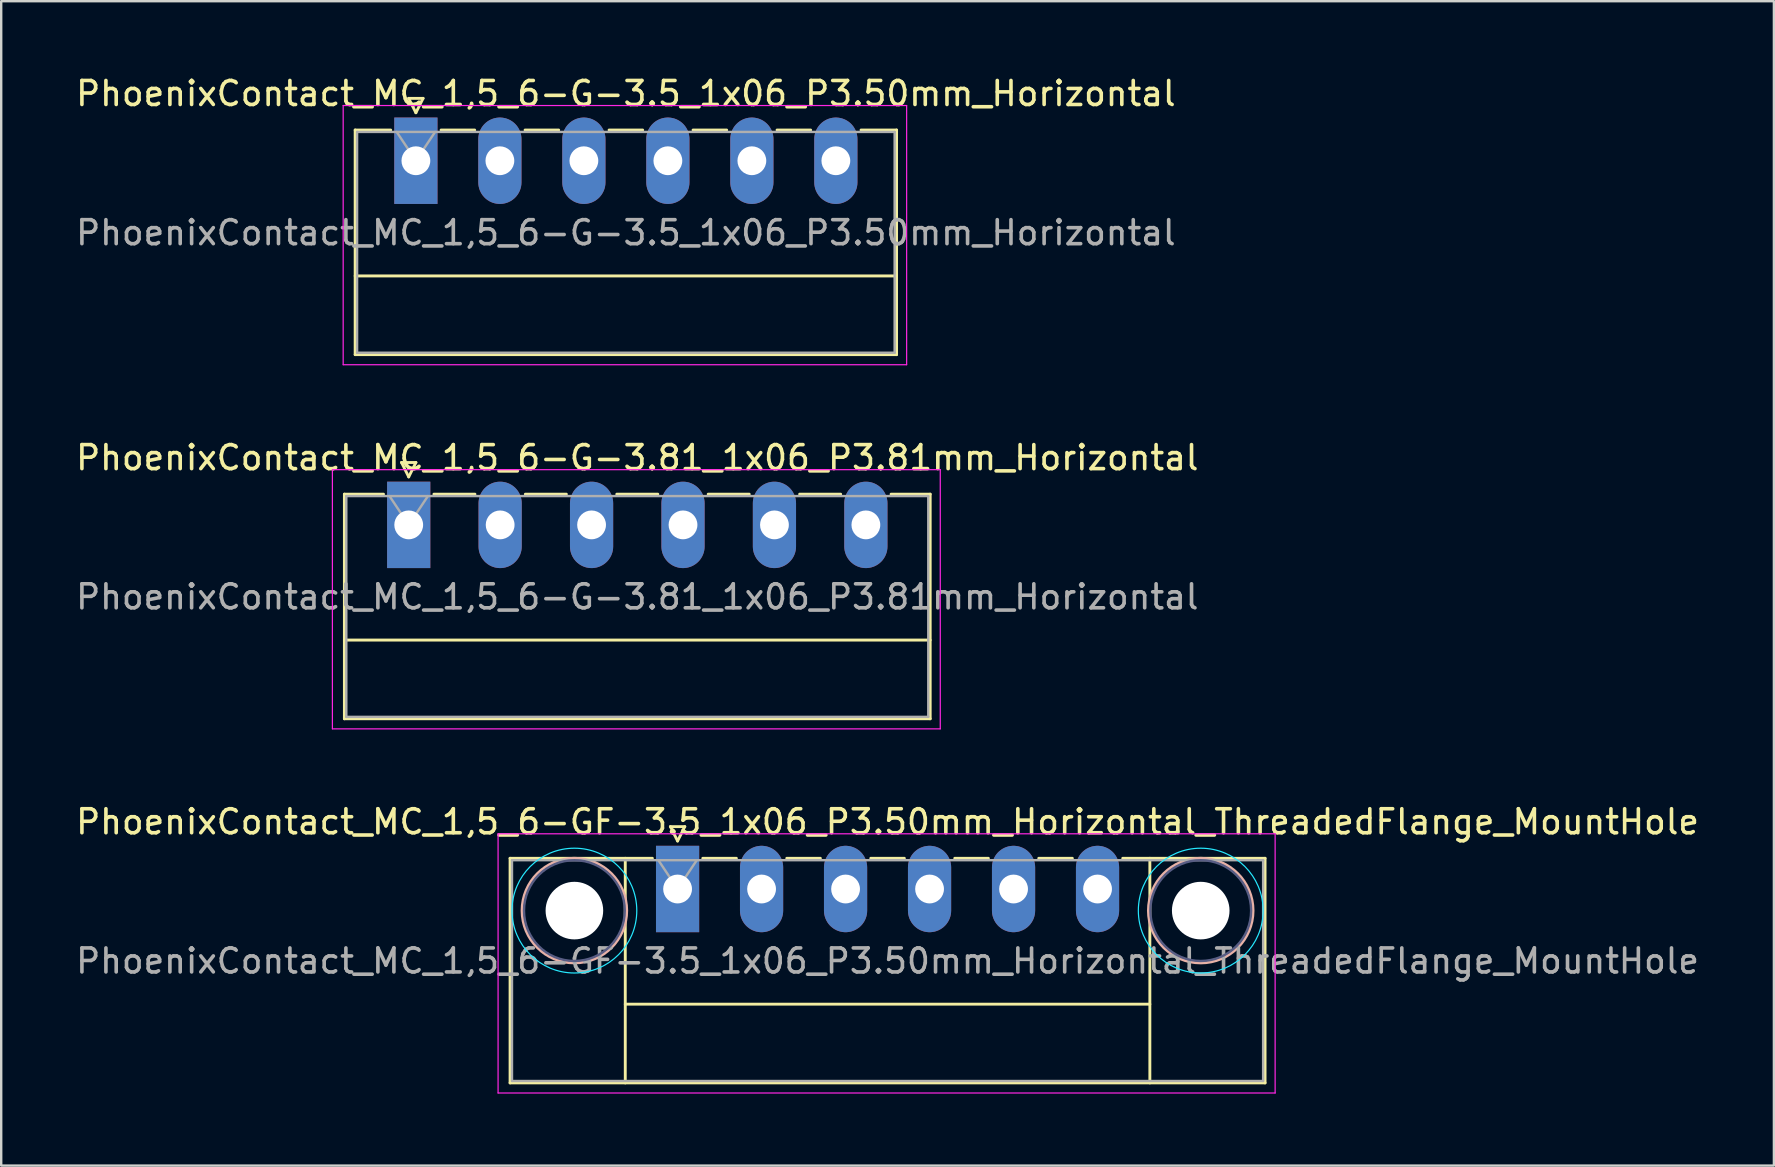
<source format=kicad_pcb>
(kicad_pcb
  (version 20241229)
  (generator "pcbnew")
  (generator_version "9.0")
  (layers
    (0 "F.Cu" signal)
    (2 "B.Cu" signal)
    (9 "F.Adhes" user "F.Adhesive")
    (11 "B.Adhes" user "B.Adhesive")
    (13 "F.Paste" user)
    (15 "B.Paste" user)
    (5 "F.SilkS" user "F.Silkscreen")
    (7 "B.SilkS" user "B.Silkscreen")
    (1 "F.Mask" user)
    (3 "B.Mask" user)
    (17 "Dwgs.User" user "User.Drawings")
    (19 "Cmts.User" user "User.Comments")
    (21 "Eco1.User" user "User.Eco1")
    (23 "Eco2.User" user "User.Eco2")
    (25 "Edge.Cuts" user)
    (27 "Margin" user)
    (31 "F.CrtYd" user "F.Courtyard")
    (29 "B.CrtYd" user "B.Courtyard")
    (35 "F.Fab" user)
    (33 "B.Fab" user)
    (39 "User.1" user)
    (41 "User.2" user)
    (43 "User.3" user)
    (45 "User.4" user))
  (footprint "PhoenixContact_MC_1,5_6-G-3.5_1x06_P3.50mm_Horizontal"
    (layer "F.Cu")
    (at 14.28 3.648)
    (property "Reference" "PhoenixContact_MC_1,5_6-G-3.5_1x06_P3.50mm_Horizontal" (at 8.75 -2.8 0) (layer "F.SilkS") (effects (font (size 1 1) (thickness 0.15))))
    (attr through_hole)
    (fp_line (start -2.53 -1.28) (end -2.53 8.08) (stroke (width 0.12) (type solid)) (layer "F.SilkS"))
    (fp_line (start -2.53 -1.28) (end -1.05 -1.28) (stroke (width 0.12) (type solid)) (layer "F.SilkS"))
    (fp_line (start -2.53 4.8) (end 20.03 4.8) (stroke (width 0.12) (type solid)) (layer "F.SilkS"))
    (fp_line (start -2.53 8.08) (end 20.03 8.08) (stroke (width 0.12) (type solid)) (layer "F.SilkS"))
    (fp_line (start -0.3 -2.6) (end 0.3 -2.6) (stroke (width 0.12) (type solid)) (layer "F.SilkS"))
    (fp_line (start 0 -2) (end -0.3 -2.6) (stroke (width 0.12) (type solid)) (layer "F.SilkS"))
    (fp_line (start 0.3 -2.6) (end 0 -2) (stroke (width 0.12) (type solid)) (layer "F.SilkS"))
    (fp_line (start 1.05 -1.28) (end 2.45 -1.28) (stroke (width 0.12) (type solid)) (layer "F.SilkS"))
    (fp_line (start 4.55 -1.28) (end 5.95 -1.28) (stroke (width 0.12) (type solid)) (layer "F.SilkS"))
    (fp_line (start 8.05 -1.28) (end 9.45 -1.28) (stroke (width 0.12) (type solid)) (layer "F.SilkS"))
    (fp_line (start 11.55 -1.28) (end 12.95 -1.28) (stroke (width 0.12) (type solid)) (layer "F.SilkS"))
    (fp_line (start 15.05 -1.28) (end 16.45 -1.28) (stroke (width 0.12) (type solid)) (layer "F.SilkS"))
    (fp_line (start 20.03 -1.28) (end 18.55 -1.28) (stroke (width 0.12) (type solid)) (layer "F.SilkS"))
    (fp_line (start 20.03 8.08) (end 20.03 -1.28) (stroke (width 0.12) (type solid)) (layer "F.SilkS"))
    (fp_line (start -3.03 -2.3) (end -3.03 8.5) (stroke (width 0.05) (type solid)) (layer "F.CrtYd"))
    (fp_line (start -3.03 8.5) (end 20.45 8.5) (stroke (width 0.05) (type solid)) (layer "F.CrtYd"))
    (fp_line (start 20.45 -2.3) (end -3.03 -2.3) (stroke (width 0.05) (type solid)) (layer "F.CrtYd"))
    (fp_line (start 20.45 8.5) (end 20.45 -2.3) (stroke (width 0.05) (type solid)) (layer "F.CrtYd"))
    (fp_line (start -2.45 -1.2) (end -2.45 8) (stroke (width 0.1) (type solid)) (layer "F.Fab"))
    (fp_line (start -2.45 8) (end 19.95 8) (stroke (width 0.1) (type solid)) (layer "F.Fab"))
    (fp_line (start 0 0) (end -0.8 -1.2) (stroke (width 0.1) (type solid)) (layer "F.Fab"))
    (fp_line (start 0.8 -1.2) (end 0 0) (stroke (width 0.1) (type solid)) (layer "F.Fab"))
    (fp_line (start 19.95 -1.2) (end -2.45 -1.2) (stroke (width 0.1) (type solid)) (layer "F.Fab"))
    (fp_line (start 19.95 8) (end 19.95 -1.2) (stroke (width 0.1) (type solid)) (layer "F.Fab"))
    (fp_text user "${REFERENCE}" (at 8.75 3 0) (layer "F.Fab") (effects (font (size 1 1) (thickness 0.15))))
    (pad "1" thru_hole rect (at 0 0) (size 1.8 3.6) (drill 1.2) (layers "*.Cu" "*.Mask"))
    (pad "2" thru_hole oval (at 3.5 0) (size 1.8 3.6) (drill 1.2) (layers "*.Cu" "*.Mask"))
    (pad "3" thru_hole oval (at 7 0) (size 1.8 3.6) (drill 1.2) (layers "*.Cu" "*.Mask"))
    (pad "4" thru_hole oval (at 10.5 0) (size 1.8 3.6) (drill 1.2) (layers "*.Cu" "*.Mask"))
    (pad "5" thru_hole oval (at 14 0) (size 1.8 3.6) (drill 1.2) (layers "*.Cu" "*.Mask"))
    (pad "6" thru_hole oval (at 17.5 0) (size 1.8 3.6) (drill 1.2) (layers "*.Cu" "*.Mask")))
  (footprint "PhoenixContact_MC_1,5_6-G-3.81_1x06_P3.81mm_Horizontal"
    (layer "F.Cu")
    (at 13.981 18.822)
    (property "Reference" "PhoenixContact_MC_1,5_6-G-3.81_1x06_P3.81mm_Horizontal" (at 9.525 -2.8 0) (layer "F.SilkS") (effects (font (size 1 1) (thickness 0.15))))
    (attr through_hole)
    (fp_line (start -2.68 -1.28) (end -2.68 8.08) (stroke (width 0.12) (type solid)) (layer "F.SilkS"))
    (fp_line (start -2.68 -1.28) (end -1.05 -1.28) (stroke (width 0.12) (type solid)) (layer "F.SilkS"))
    (fp_line (start -2.68 4.8) (end 21.73 4.8) (stroke (width 0.12) (type solid)) (layer "F.SilkS"))
    (fp_line (start -2.68 8.08) (end 21.73 8.08) (stroke (width 0.12) (type solid)) (layer "F.SilkS"))
    (fp_line (start -0.3 -2.6) (end 0.3 -2.6) (stroke (width 0.12) (type solid)) (layer "F.SilkS"))
    (fp_line (start 0 -2) (end -0.3 -2.6) (stroke (width 0.12) (type solid)) (layer "F.SilkS"))
    (fp_line (start 0.3 -2.6) (end 0 -2) (stroke (width 0.12) (type solid)) (layer "F.SilkS"))
    (fp_line (start 1.05 -1.28) (end 2.76 -1.28) (stroke (width 0.12) (type solid)) (layer "F.SilkS"))
    (fp_line (start 4.86 -1.28) (end 6.57 -1.28) (stroke (width 0.12) (type solid)) (layer "F.SilkS"))
    (fp_line (start 8.67 -1.28) (end 10.38 -1.28) (stroke (width 0.12) (type solid)) (layer "F.SilkS"))
    (fp_line (start 12.48 -1.28) (end 14.19 -1.28) (stroke (width 0.12) (type solid)) (layer "F.SilkS"))
    (fp_line (start 16.29 -1.28) (end 18 -1.28) (stroke (width 0.12) (type solid)) (layer "F.SilkS"))
    (fp_line (start 21.73 -1.28) (end 20.1 -1.28) (stroke (width 0.12) (type solid)) (layer "F.SilkS"))
    (fp_line (start 21.73 8.08) (end 21.73 -1.28) (stroke (width 0.12) (type solid)) (layer "F.SilkS"))
    (fp_line (start -3.18 -2.3) (end -3.18 8.5) (stroke (width 0.05) (type solid)) (layer "F.CrtYd"))
    (fp_line (start -3.18 8.5) (end 22.15 8.5) (stroke (width 0.05) (type solid)) (layer "F.CrtYd"))
    (fp_line (start 22.15 -2.3) (end -3.18 -2.3) (stroke (width 0.05) (type solid)) (layer "F.CrtYd"))
    (fp_line (start 22.15 8.5) (end 22.15 -2.3) (stroke (width 0.05) (type solid)) (layer "F.CrtYd"))
    (fp_line (start -2.6 -1.2) (end -2.6 8) (stroke (width 0.1) (type solid)) (layer "F.Fab"))
    (fp_line (start -2.6 8) (end 21.65 8) (stroke (width 0.1) (type solid)) (layer "F.Fab"))
    (fp_line (start 0 0) (end -0.8 -1.2) (stroke (width 0.1) (type solid)) (layer "F.Fab"))
    (fp_line (start 0.8 -1.2) (end 0 0) (stroke (width 0.1) (type solid)) (layer "F.Fab"))
    (fp_line (start 21.65 -1.2) (end -2.6 -1.2) (stroke (width 0.1) (type solid)) (layer "F.Fab"))
    (fp_line (start 21.65 8) (end 21.65 -1.2) (stroke (width 0.1) (type solid)) (layer "F.Fab"))
    (fp_text user "${REFERENCE}" (at 9.525 3 0) (layer "F.Fab") (effects (font (size 1 1) (thickness 0.15))))
    (pad "1" thru_hole rect (at 0 0) (size 1.8 3.6) (drill 1.2) (layers "*.Cu" "*.Mask"))
    (pad "2" thru_hole oval (at 3.81 0) (size 1.8 3.6) (drill 1.2) (layers "*.Cu" "*.Mask"))
    (pad "3" thru_hole oval (at 7.62 0) (size 1.8 3.6) (drill 1.2) (layers "*.Cu" "*.Mask"))
    (pad "4" thru_hole oval (at 11.43 0) (size 1.8 3.6) (drill 1.2) (layers "*.Cu" "*.Mask"))
    (pad "5" thru_hole oval (at 15.24 0) (size 1.8 3.6) (drill 1.2) (layers "*.Cu" "*.Mask"))
    (pad "6" thru_hole oval (at 19.05 0) (size 1.8 3.6) (drill 1.2) (layers "*.Cu" "*.Mask")))
  (footprint "PhoenixContact_MC_1,5_6-GF-3.5_1x06_P3.50mm_Horizontal_ThreadedFlange_MountHole"
    (layer "F.Cu")
    (at 25.185 33.995)
    (property "Reference" "PhoenixContact_MC_1,5_6-GF-3.5_1x06_P3.50mm_Horizontal_ThreadedFlange_MountHole" (at 8.75 -2.8 0) (layer "F.SilkS") (effects (font (size 1 1) (thickness 0.15))))
    (attr through_hole)
    (fp_line (start -6.98 -1.28) (end -6.98 8.08) (stroke (width 0.12) (type solid)) (layer "F.SilkS"))
    (fp_line (start -6.98 -1.28) (end -1.05 -1.28) (stroke (width 0.12) (type solid)) (layer "F.SilkS"))
    (fp_line (start -6.98 8.08) (end 24.48 8.08) (stroke (width 0.12) (type solid)) (layer "F.SilkS"))
    (fp_line (start -2.18 -1.28) (end -2.18 8.08) (stroke (width 0.12) (type solid)) (layer "F.SilkS"))
    (fp_line (start -2.18 4.8) (end 19.68 4.8) (stroke (width 0.12) (type solid)) (layer "F.SilkS"))
    (fp_line (start -0.3 -2.6) (end 0.3 -2.6) (stroke (width 0.12) (type solid)) (layer "F.SilkS"))
    (fp_line (start 0 -2) (end -0.3 -2.6) (stroke (width 0.12) (type solid)) (layer "F.SilkS"))
    (fp_line (start 0.3 -2.6) (end 0 -2) (stroke (width 0.12) (type solid)) (layer "F.SilkS"))
    (fp_line (start 1.05 -1.28) (end 2.45 -1.28) (stroke (width 0.12) (type solid)) (layer "F.SilkS"))
    (fp_line (start 4.55 -1.28) (end 5.95 -1.28) (stroke (width 0.12) (type solid)) (layer "F.SilkS"))
    (fp_line (start 8.05 -1.28) (end 9.45 -1.28) (stroke (width 0.12) (type solid)) (layer "F.SilkS"))
    (fp_line (start 11.55 -1.28) (end 12.95 -1.28) (stroke (width 0.12) (type solid)) (layer "F.SilkS"))
    (fp_line (start 15.05 -1.28) (end 16.45 -1.28) (stroke (width 0.12) (type solid)) (layer "F.SilkS"))
    (fp_line (start 19.68 -1.28) (end 19.68 8.08) (stroke (width 0.12) (type solid)) (layer "F.SilkS"))
    (fp_line (start 24.48 -1.28) (end 18.55 -1.28) (stroke (width 0.12) (type solid)) (layer "F.SilkS"))
    (fp_line (start 24.48 8.08) (end 24.48 -1.28) (stroke (width 0.12) (type solid)) (layer "F.SilkS"))
    (fp_circle (center -4.3 0.9) (end -2.12 0.9) (stroke (width 0.12) (type solid)) (fill no) (layer "B.SilkS"))
    (fp_circle (center 21.8 0.9) (end 23.98 0.9) (stroke (width 0.12) (type solid)) (fill no) (layer "B.SilkS"))
    (fp_circle (center -4.3 0.9) (end -1.7 0.9) (stroke (width 0.05) (type solid)) (fill no) (layer "B.CrtYd"))
    (fp_circle (center 21.8 0.9) (end 24.4 0.9) (stroke (width 0.05) (type solid)) (fill no) (layer "B.CrtYd"))
    (fp_line (start -7.48 -2.3) (end -7.48 8.5) (stroke (width 0.05) (type solid)) (layer "F.CrtYd"))
    (fp_line (start -7.48 8.5) (end 24.9 8.5) (stroke (width 0.05) (type solid)) (layer "F.CrtYd"))
    (fp_line (start 24.9 -2.3) (end -7.48 -2.3) (stroke (width 0.05) (type solid)) (layer "F.CrtYd"))
    (fp_line (start 24.9 8.5) (end 24.9 -2.3) (stroke (width 0.05) (type solid)) (layer "F.CrtYd"))
    (fp_circle (center -4.3 0.9) (end -2.2 0.9) (stroke (width 0.1) (type solid)) (fill no) (layer "B.Fab"))
    (fp_circle (center 21.8 0.9) (end 23.9 0.9) (stroke (width 0.1) (type solid)) (fill no) (layer "B.Fab"))
    (fp_line (start -6.9 -1.2) (end -6.9 8) (stroke (width 0.1) (type solid)) (layer "F.Fab"))
    (fp_line (start -6.9 8) (end 24.4 8) (stroke (width 0.1) (type solid)) (layer "F.Fab"))
    (fp_line (start 0 0) (end -0.8 -1.2) (stroke (width 0.1) (type solid)) (layer "F.Fab"))
    (fp_line (start 0.8 -1.2) (end 0 0) (stroke (width 0.1) (type solid)) (layer "F.Fab"))
    (fp_line (start 24.4 -1.2) (end -6.9 -1.2) (stroke (width 0.1) (type solid)) (layer "F.Fab"))
    (fp_line (start 24.4 8) (end 24.4 -1.2) (stroke (width 0.1) (type solid)) (layer "F.Fab"))
    (fp_text user "${REFERENCE}" (at 8.75 3 0) (layer "F.Fab") (effects (font (size 1 1) (thickness 0.15))))
    (pad "" np_thru_hole circle (at -4.3 0.9) (size 2.4 2.4) (drill 2.4) (layers "*.Cu" "*.Mask"))
    (pad "" np_thru_hole circle (at 21.8 0.9) (size 2.4 2.4) (drill 2.4) (layers "*.Cu" "*.Mask"))
    (pad "1" thru_hole rect (at 0 0) (size 1.8 3.6) (drill 1.2) (layers "*.Cu" "*.Mask"))
    (pad "2" thru_hole oval (at 3.5 0) (size 1.8 3.6) (drill 1.2) (layers "*.Cu" "*.Mask"))
    (pad "3" thru_hole oval (at 7 0) (size 1.8 3.6) (drill 1.2) (layers "*.Cu" "*.Mask"))
    (pad "4" thru_hole oval (at 10.5 0) (size 1.8 3.6) (drill 1.2) (layers "*.Cu" "*.Mask"))
    (pad "5" thru_hole oval (at 14 0) (size 1.8 3.6) (drill 1.2) (layers "*.Cu" "*.Mask"))
    (pad "6" thru_hole oval (at 17.5 0) (size 1.8 3.6) (drill 1.2) (layers "*.Cu" "*.Mask")))
  (gr_rect
    (start -3 -3)
    (end 70.869 45.52)
    (stroke (width 0.1) (type default))
    (fill no)
    (layer "Edge.Cuts")))
</source>
